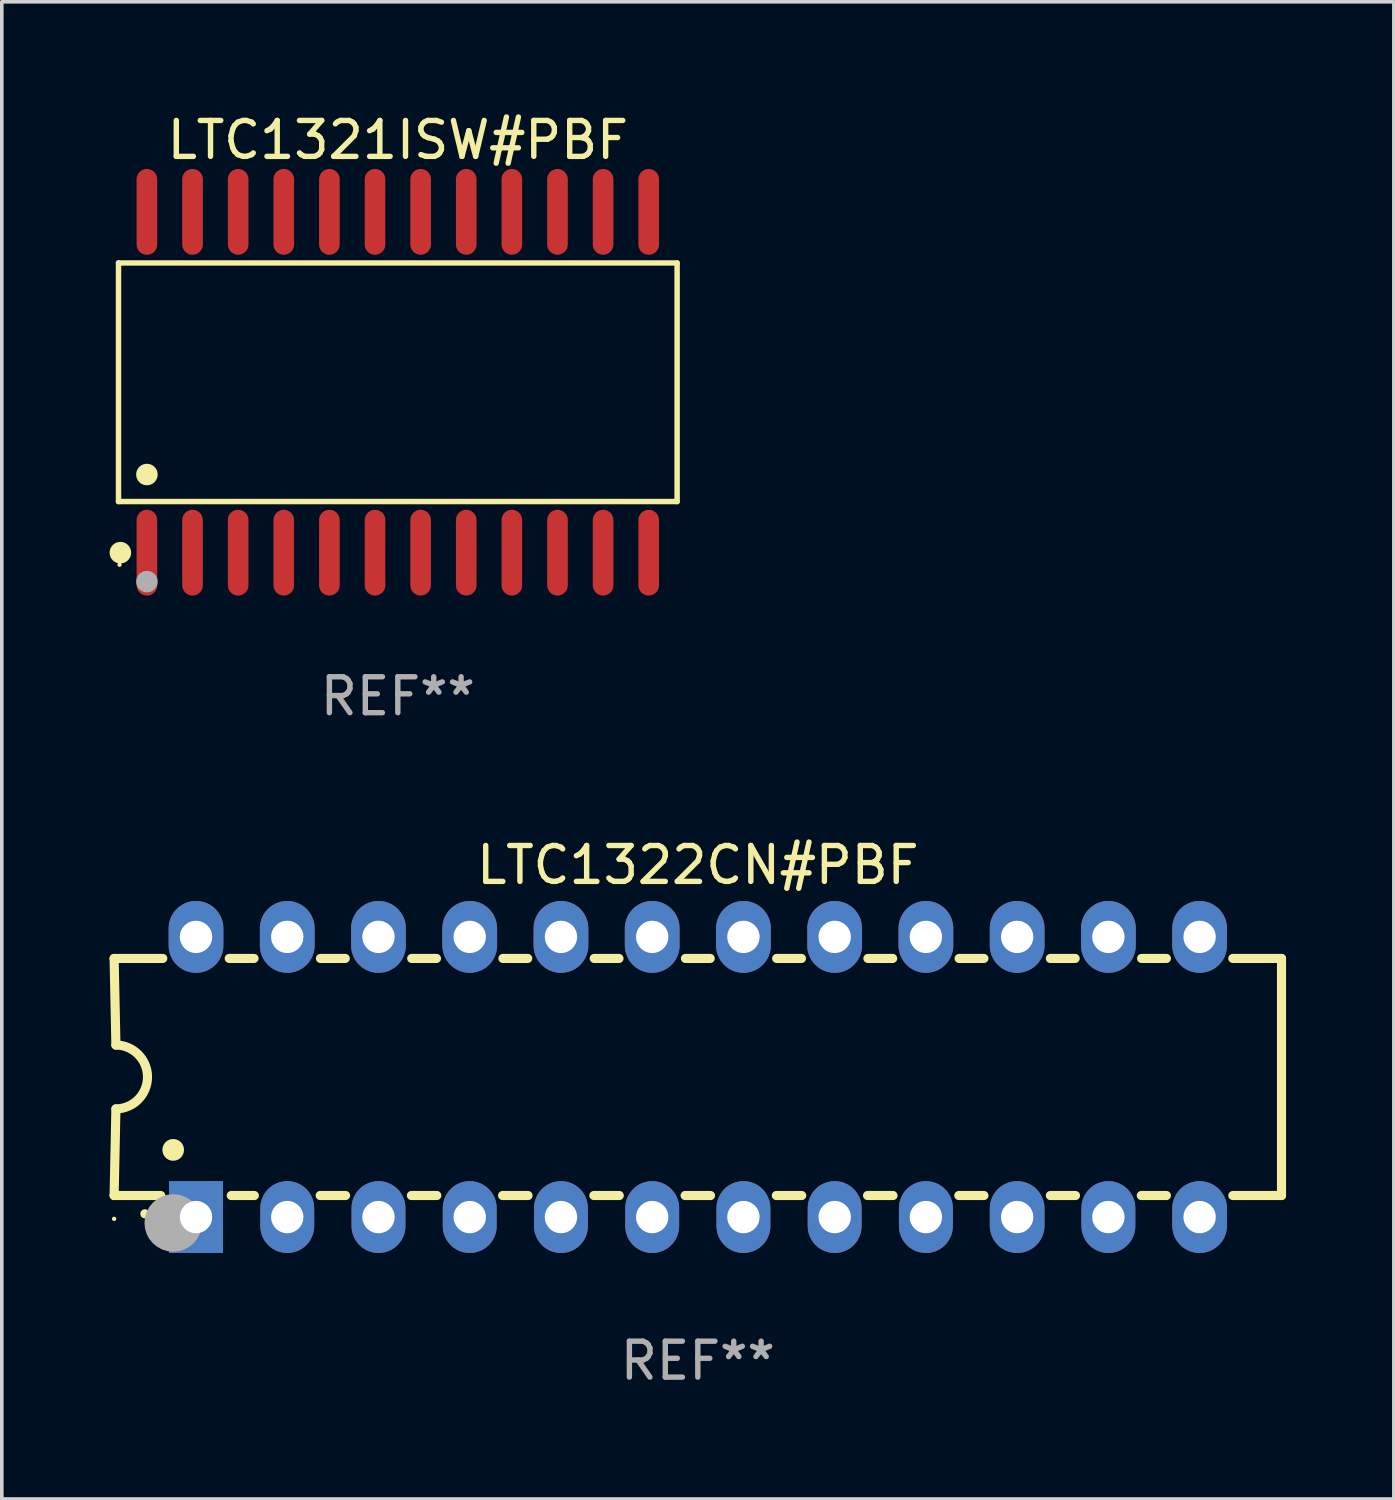
<source format=kicad_pcb>
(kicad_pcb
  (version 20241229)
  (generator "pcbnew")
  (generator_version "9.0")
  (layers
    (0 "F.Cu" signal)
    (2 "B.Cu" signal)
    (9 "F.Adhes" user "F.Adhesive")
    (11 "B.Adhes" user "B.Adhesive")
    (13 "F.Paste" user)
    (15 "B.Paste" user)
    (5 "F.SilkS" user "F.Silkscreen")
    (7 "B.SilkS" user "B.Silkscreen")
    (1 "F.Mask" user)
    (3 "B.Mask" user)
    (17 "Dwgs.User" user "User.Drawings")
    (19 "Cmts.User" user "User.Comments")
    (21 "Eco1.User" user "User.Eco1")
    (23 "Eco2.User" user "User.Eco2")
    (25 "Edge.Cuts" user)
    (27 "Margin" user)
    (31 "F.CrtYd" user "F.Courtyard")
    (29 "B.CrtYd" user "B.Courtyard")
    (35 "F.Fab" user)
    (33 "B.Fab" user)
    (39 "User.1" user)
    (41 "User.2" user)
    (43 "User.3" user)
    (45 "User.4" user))
  (footprint "LTC1322CN#PBF"
    (layer "F.Cu")
    (at 16.377 26.933)
    (property "Reference" "LTC1322CN#PBF" (at 0 -5.9 0) (layer "F.SilkS") (effects (font (size 1 1) (thickness 0.15))))
    (attr through_hole)
    (fp_line (start -16.25 -3.3) (end -16.2 -0.889) (stroke (width 0.254) (type solid)) (layer "F.SilkS"))
    (fp_line (start -16.25 -3.3) (end -14.895 -3.3) (stroke (width 0.254) (type solid)) (layer "F.SilkS"))
    (fp_line (start -16.25 3.3) (end -16.2 0.889) (stroke (width 0.254) (type solid)) (layer "F.SilkS"))
    (fp_line (start -16.25 3.3) (end -14.951 3.3) (stroke (width 0.254) (type solid)) (layer "F.SilkS"))
    (fp_line (start -13.045 -3.3) (end -12.355 -3.3) (stroke (width 0.254) (type solid)) (layer "F.SilkS"))
    (fp_line (start -12.989 3.3) (end -12.347 3.3) (stroke (width 0.254) (type solid)) (layer "F.SilkS"))
    (fp_line (start -10.514 3.3) (end -9.807 3.3) (stroke (width 0.254) (type solid)) (layer "F.SilkS"))
    (fp_line (start -10.505 -3.3) (end -9.815 -3.3) (stroke (width 0.254) (type solid)) (layer "F.SilkS"))
    (fp_line (start -7.974 3.3) (end -7.267 3.3) (stroke (width 0.254) (type solid)) (layer "F.SilkS"))
    (fp_line (start -7.965 -3.3) (end -7.275 -3.3) (stroke (width 0.254) (type solid)) (layer "F.SilkS"))
    (fp_line (start -5.434 3.3) (end -4.727 3.3) (stroke (width 0.254) (type solid)) (layer "F.SilkS"))
    (fp_line (start -5.425 -3.3) (end -4.735 -3.3) (stroke (width 0.254) (type solid)) (layer "F.SilkS"))
    (fp_line (start -2.894 3.3) (end -2.187 3.3) (stroke (width 0.254) (type solid)) (layer "F.SilkS"))
    (fp_line (start -2.885 -3.3) (end -2.195 -3.3) (stroke (width 0.254) (type solid)) (layer "F.SilkS"))
    (fp_line (start -0.354 3.3) (end 0.353 3.3) (stroke (width 0.254) (type solid)) (layer "F.SilkS"))
    (fp_line (start -0.345 -3.3) (end 0.345 -3.3) (stroke (width 0.254) (type solid)) (layer "F.SilkS"))
    (fp_line (start 2.186 3.3) (end 2.893 3.3) (stroke (width 0.254) (type solid)) (layer "F.SilkS"))
    (fp_line (start 2.195 -3.3) (end 2.885 -3.3) (stroke (width 0.254) (type solid)) (layer "F.SilkS"))
    (fp_line (start 4.726 3.3) (end 5.434 3.3) (stroke (width 0.254) (type solid)) (layer "F.SilkS"))
    (fp_line (start 4.735 -3.3) (end 5.425 -3.3) (stroke (width 0.254) (type solid)) (layer "F.SilkS"))
    (fp_line (start 7.266 3.3) (end 7.965 3.3) (stroke (width 0.254) (type solid)) (layer "F.SilkS"))
    (fp_line (start 7.275 -3.3) (end 7.965 -3.3) (stroke (width 0.254) (type solid)) (layer "F.SilkS"))
    (fp_line (start 9.815 -3.3) (end 10.505 -3.3) (stroke (width 0.254) (type solid)) (layer "F.SilkS"))
    (fp_line (start 9.815 3.3) (end 10.514 3.3) (stroke (width 0.254) (type solid)) (layer "F.SilkS"))
    (fp_line (start 12.346 3.3) (end 13.045 3.3) (stroke (width 0.254) (type solid)) (layer "F.SilkS"))
    (fp_line (start 12.355 -3.3) (end 13.045 -3.3) (stroke (width 0.254) (type solid)) (layer "F.SilkS"))
    (fp_line (start 16.25 -3.3) (end 14.895 -3.3) (stroke (width 0.254) (type solid)) (layer "F.SilkS"))
    (fp_line (start 16.25 -3.3) (end 16.25 3.3) (stroke (width 0.254) (type solid)) (layer "F.SilkS"))
    (fp_line (start 16.25 3.3) (end 14.895 3.3) (stroke (width 0.254) (type solid)) (layer "F.SilkS"))
    (fp_arc (start -16.201016 -0.890146) (mid -15.311429 -0.001055) (end -16.200025 0.889027) (stroke (width 0.254001) (type solid)) (layer "F.SilkS"))
    (fp_arc (start -15.394971 3.810033) (mid -15.394978 3.808763) (end -15.394971 3.807493) (stroke (width 0.25) (type solid)) (layer "F.SilkS"))
    (fp_arc (start -14.605029 2.032029) (mid -14.60504 2.029489) (end -14.605029 2.026949) (stroke (width 0.6) (type solid)) (layer "F.SilkS"))
    (fp_circle (center -16.25 3.95) (end -16.22 3.95) (stroke (width 0.06) (type solid)) (fill no) (layer "F.SilkS"))
    (fp_circle (center -14.605 4.064) (end -14.205 4.064) (stroke (width 0.8) (type solid)) (fill no) (layer "F.Fab"))
    (fp_text user "REF**" (at 0 7.9 0) (layer "F.Fab") (effects (font (size 1 1) (thickness 0.15))))
    (pad "1" thru_hole rect (at -13.97 3.9 90) (size 2 1.5) (drill 0.9) (layers "*.Cu" "*.Mask"))
    (pad "2" thru_hole oval (at -11.43 3.9 90) (size 2 1.5) (drill 0.9) (layers "*.Cu" "*.Mask"))
    (pad "3" thru_hole oval (at -8.89 3.9 90) (size 2 1.5) (drill 0.9) (layers "*.Cu" "*.Mask"))
    (pad "4" thru_hole oval (at -6.35 3.9 90) (size 2 1.5) (drill 0.9) (layers "*.Cu" "*.Mask"))
    (pad "5" thru_hole oval (at -3.81 3.9 90) (size 2 1.5) (drill 0.9) (layers "*.Cu" "*.Mask"))
    (pad "6" thru_hole oval (at -1.27 3.9 90) (size 2 1.5) (drill 0.9) (layers "*.Cu" "*.Mask"))
    (pad "7" thru_hole oval (at 1.27 3.9 90) (size 2 1.5) (drill 0.9) (layers "*.Cu" "*.Mask"))
    (pad "8" thru_hole oval (at 3.81 3.9 90) (size 2 1.5) (drill 0.9) (layers "*.Cu" "*.Mask"))
    (pad "9" thru_hole oval (at 6.35 3.9 90) (size 2 1.5) (drill 0.9) (layers "*.Cu" "*.Mask"))
    (pad "10" thru_hole oval (at 8.89 3.9 90) (size 2 1.524) (drill 0.9) (layers "*.Cu" "*.Mask"))
    (pad "11" thru_hole oval (at 11.43 3.9 90) (size 2 1.5) (drill 0.9) (layers "*.Cu" "*.Mask"))
    (pad "12" thru_hole oval (at 13.97 3.9 90) (size 2 1.524) (drill 0.9) (layers "*.Cu" "*.Mask"))
    (pad "13" thru_hole oval (at 13.97 -3.9 90) (size 2 1.524) (drill 0.9) (layers "*.Cu" "*.Mask"))
    (pad "14" thru_hole oval (at 11.43 -3.9 90) (size 2 1.524) (drill 0.9) (layers "*.Cu" "*.Mask"))
    (pad "15" thru_hole oval (at 8.89 -3.9 90) (size 2 1.524) (drill 0.9) (layers "*.Cu" "*.Mask"))
    (pad "16" thru_hole oval (at 6.35 -3.9 90) (size 2 1.524) (drill 0.9) (layers "*.Cu" "*.Mask"))
    (pad "17" thru_hole oval (at 3.81 -3.9 90) (size 2 1.524) (drill 0.9) (layers "*.Cu" "*.Mask"))
    (pad "18" thru_hole oval (at 1.27 -3.9 90) (size 2 1.524) (drill 0.9) (layers "*.Cu" "*.Mask"))
    (pad "19" thru_hole oval (at -1.27 -3.9 90) (size 2 1.524) (drill 0.9) (layers "*.Cu" "*.Mask"))
    (pad "20" thru_hole oval (at -3.81 -3.9 90) (size 2 1.524) (drill 0.9) (layers "*.Cu" "*.Mask"))
    (pad "21" thru_hole oval (at -6.35 -3.9 90) (size 2 1.524) (drill 0.9) (layers "*.Cu" "*.Mask"))
    (pad "22" thru_hole oval (at -8.89 -3.9 90) (size 2 1.524) (drill 0.9) (layers "*.Cu" "*.Mask"))
    (pad "23" thru_hole oval (at -11.43 -3.9 90) (size 2 1.524) (drill 0.9) (layers "*.Cu" "*.Mask"))
    (pad "24" thru_hole oval (at -13.97 -3.9 90) (size 2 1.524) (drill 0.9) (layers "*.Cu" "*.Mask")))
  (footprint "LTC1321ISW#PBF"
    (layer "F.Cu")
    (at 8.025 7.592)
    (property "Reference" "LTC1321ISW#PBF" (at 0 -6.744 0) (layer "F.SilkS") (effects (font (size 1 1) (thickness 0.15))))
    (attr through_hole)
    (fp_line (start -7.776 -3.321) (end 7.776 -3.321) (stroke (width 0.152) (type solid)) (layer "F.SilkS"))
    (fp_line (start -7.776 3.321) (end -7.776 -3.321) (stroke (width 0.152) (type solid)) (layer "F.SilkS"))
    (fp_line (start 7.776 -3.321) (end 7.776 3.321) (stroke (width 0.152) (type solid)) (layer "F.SilkS"))
    (fp_line (start 7.776 3.321) (end -7.776 3.321) (stroke (width 0.152) (type solid)) (layer "F.SilkS"))
    (fp_circle (center -7.747 5.08) (end -7.717 5.08) (stroke (width 0.06) (type solid)) (fill no) (layer "F.SilkS"))
    (fp_circle (center -7.724 4.744) (end -7.574 4.744) (stroke (width 0.3) (type solid)) (fill no) (layer "F.SilkS"))
    (fp_circle (center -6.985 2.569) (end -6.835 2.569) (stroke (width 0.3) (type solid)) (fill no) (layer "F.SilkS"))
    (fp_circle (center -6.985 5.55) (end -6.835 5.55) (stroke (width 0.3) (type solid)) (fill no) (layer "F.Fab"))
    (fp_text user "REF**" (at 0 8.744 0) (layer "F.Fab") (effects (font (size 1 1) (thickness 0.15))))
    (pad "1" smd oval (at -6.985 4.744) (size 0.574 2.388) (layers "F.Cu" "F.Mask" "F.Paste"))
    (pad "2" smd oval (at -5.715 4.744) (size 0.574 2.388) (layers "F.Cu" "F.Mask" "F.Paste"))
    (pad "3" smd oval (at -4.445 4.744) (size 0.574 2.388) (layers "F.Cu" "F.Mask" "F.Paste"))
    (pad "4" smd oval (at -3.175 4.744) (size 0.574 2.388) (layers "F.Cu" "F.Mask" "F.Paste"))
    (pad "5" smd oval (at -1.905 4.744) (size 0.574 2.388) (layers "F.Cu" "F.Mask" "F.Paste"))
    (pad "6" smd oval (at -0.635 4.744) (size 0.574 2.388) (layers "F.Cu" "F.Mask" "F.Paste"))
    (pad "7" smd oval (at 0.635 4.744) (size 0.574 2.388) (layers "F.Cu" "F.Mask" "F.Paste"))
    (pad "8" smd oval (at 1.905 4.744) (size 0.574 2.388) (layers "F.Cu" "F.Mask" "F.Paste"))
    (pad "9" smd oval (at 3.175 4.744) (size 0.574 2.388) (layers "F.Cu" "F.Mask" "F.Paste"))
    (pad "10" smd oval (at 4.445 4.744) (size 0.574 2.388) (layers "F.Cu" "F.Mask" "F.Paste"))
    (pad "11" smd oval (at 5.715 4.744) (size 0.574 2.388) (layers "F.Cu" "F.Mask" "F.Paste"))
    (pad "12" smd oval (at 6.985 4.744) (size 0.574 2.388) (layers "F.Cu" "F.Mask" "F.Paste"))
    (pad "13" smd oval (at 6.985 -4.744) (size 0.574 2.388) (layers "F.Cu" "F.Mask" "F.Paste"))
    (pad "14" smd oval (at 5.715 -4.744) (size 0.574 2.388) (layers "F.Cu" "F.Mask" "F.Paste"))
    (pad "15" smd oval (at 4.445 -4.744) (size 0.574 2.388) (layers "F.Cu" "F.Mask" "F.Paste"))
    (pad "16" smd oval (at 3.175 -4.744) (size 0.574 2.388) (layers "F.Cu" "F.Mask" "F.Paste"))
    (pad "17" smd oval (at 1.905 -4.744) (size 0.574 2.388) (layers "F.Cu" "F.Mask" "F.Paste"))
    (pad "18" smd oval (at 0.635 -4.744) (size 0.574 2.388) (layers "F.Cu" "F.Mask" "F.Paste"))
    (pad "19" smd oval (at -0.635 -4.744) (size 0.574 2.388) (layers "F.Cu" "F.Mask" "F.Paste"))
    (pad "20" smd oval (at -1.905 -4.744) (size 0.574 2.388) (layers "F.Cu" "F.Mask" "F.Paste"))
    (pad "21" smd oval (at -3.175 -4.744) (size 0.574 2.388) (layers "F.Cu" "F.Mask" "F.Paste"))
    (pad "22" smd oval (at -4.445 -4.744) (size 0.574 2.388) (layers "F.Cu" "F.Mask" "F.Paste"))
    (pad "23" smd oval (at -5.715 -4.744) (size 0.574 2.388) (layers "F.Cu" "F.Mask" "F.Paste"))
    (pad "24" smd oval (at -6.985 -4.744) (size 0.574 2.388) (layers "F.Cu" "F.Mask" "F.Paste")))
  (gr_rect
    (start -3 -3)
    (end 35.754 38.681)
    (stroke (width 0.1) (type default))
    (fill no)
    (layer "Edge.Cuts")))
</source>
